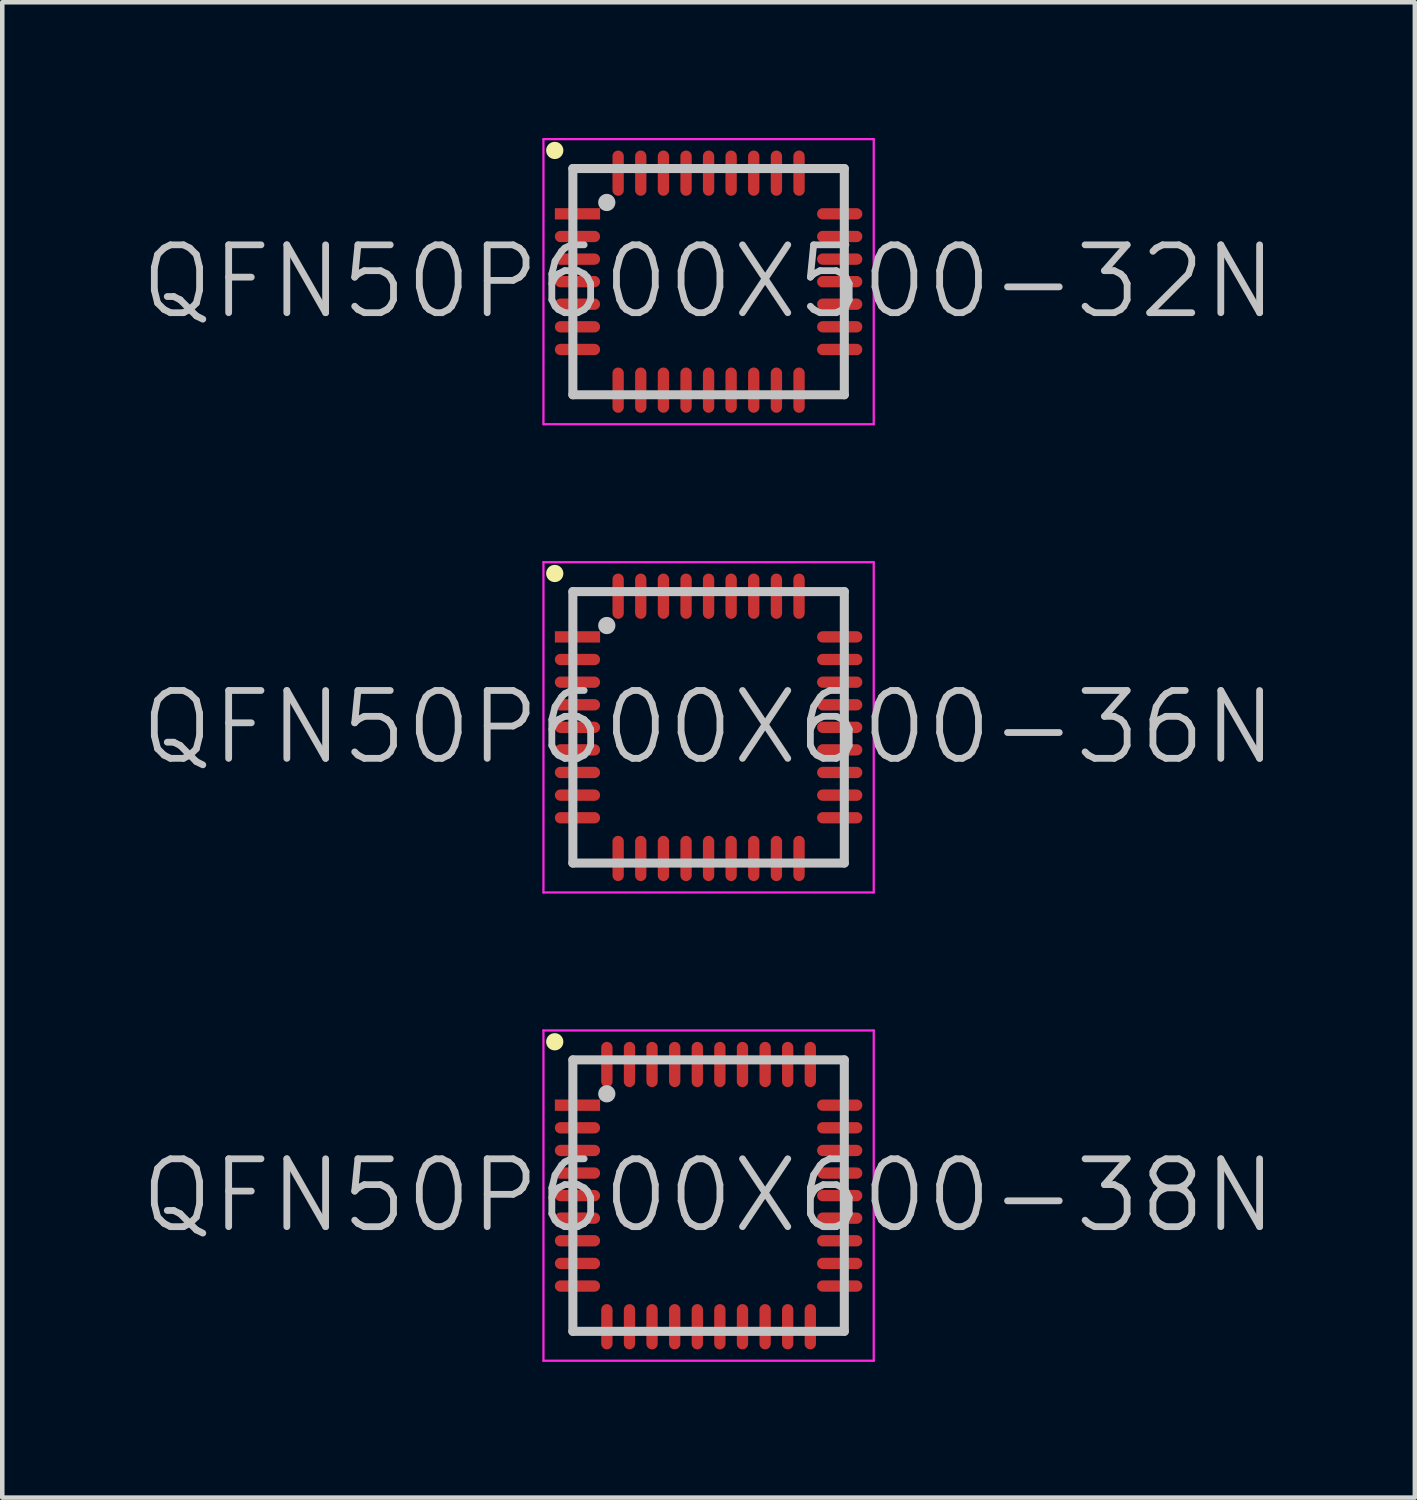
<source format=kicad_pcb>
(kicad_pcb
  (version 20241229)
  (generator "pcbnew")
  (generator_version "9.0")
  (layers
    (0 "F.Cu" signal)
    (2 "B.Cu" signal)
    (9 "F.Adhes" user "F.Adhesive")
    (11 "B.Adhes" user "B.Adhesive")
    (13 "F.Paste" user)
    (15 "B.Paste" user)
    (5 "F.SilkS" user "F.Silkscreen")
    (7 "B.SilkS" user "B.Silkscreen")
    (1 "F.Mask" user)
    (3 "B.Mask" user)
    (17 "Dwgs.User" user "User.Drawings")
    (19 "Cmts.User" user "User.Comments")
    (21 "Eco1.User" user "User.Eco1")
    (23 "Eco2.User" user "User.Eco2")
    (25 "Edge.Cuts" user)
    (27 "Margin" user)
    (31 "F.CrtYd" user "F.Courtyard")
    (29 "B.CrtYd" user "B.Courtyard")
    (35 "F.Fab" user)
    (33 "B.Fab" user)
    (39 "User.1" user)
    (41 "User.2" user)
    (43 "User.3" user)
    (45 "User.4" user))
  (footprint "QFN50P600X500-32N"
    (layer "F.Cu")
    (at 12.611 3.175)
    (property "Reference" "QFN50P600X500-32N" (at 0 0 0) (layer "Dwgs.User") (effects (font (size 1.5 1.5) (thickness 0.15))))
    (attr smd)
    (fp_line (start -3.4 -2.9) (end -3.4 -2.9) (stroke (width 0.381) (type solid)) (layer "F.SilkS"))
    (fp_line (start -3 -2.5) (end -3 2.5) (stroke (width 0.2) (type solid)) (layer "Dwgs.User"))
    (fp_line (start -3 -2.5) (end 3 -2.5) (stroke (width 0.2) (type solid)) (layer "Dwgs.User"))
    (fp_line (start -3 2.5) (end 3 2.5) (stroke (width 0.2) (type solid)) (layer "Dwgs.User"))
    (fp_line (start -2.25 -1.75) (end -2.25 -1.75) (stroke (width 0.381) (type solid)) (layer "Dwgs.User"))
    (fp_line (start 3 -2.5) (end 3 2.5) (stroke (width 0.2) (type solid)) (layer "Dwgs.User"))
    (fp_line (start -3.65 -3.15) (end -3.65 3.15) (stroke (width 0.05) (type solid)) (layer "F.CrtYd"))
    (fp_line (start -3.65 -3.15) (end 3.65 -3.15) (stroke (width 0.05) (type solid)) (layer "F.CrtYd"))
    (fp_line (start -3.65 3.15) (end 3.65 3.15) (stroke (width 0.05) (type solid)) (layer "F.CrtYd"))
    (fp_line (start 3.65 -3.15) (end 3.65 3.15) (stroke (width 0.05) (type solid)) (layer "F.CrtYd"))
    (pad "1" smd rect (at -2.898 -1.499 90) (size 0.25 1) (layers "F.Cu" "F.Mask" "F.Paste"))
    (pad "2" smd oval (at -2.898 -0.998 90) (size 0.25 1) (layers "F.Cu" "F.Mask" "F.Paste"))
    (pad "3" smd oval (at -2.898 -0.498 90) (size 0.25 1) (layers "F.Cu" "F.Mask" "F.Paste"))
    (pad "4" smd oval (at -2.898 0 90) (size 0.25 1) (layers "F.Cu" "F.Mask" "F.Paste"))
    (pad "5" smd oval (at -2.898 0.498 90) (size 0.25 1) (layers "F.Cu" "F.Mask" "F.Paste"))
    (pad "6" smd oval (at -2.898 0.998 90) (size 0.25 1) (layers "F.Cu" "F.Mask" "F.Paste"))
    (pad "7" smd oval (at -2.898 1.499 90) (size 0.25 1) (layers "F.Cu" "F.Mask" "F.Paste"))
    (pad "8" smd oval (at -1.999 2.398 180) (size 0.25 1) (layers "F.Cu" "F.Mask" "F.Paste"))
    (pad "9" smd oval (at -1.499 2.398 180) (size 0.25 1) (layers "F.Cu" "F.Mask" "F.Paste"))
    (pad "10" smd oval (at -0.998 2.398 180) (size 0.25 1) (layers "F.Cu" "F.Mask" "F.Paste"))
    (pad "11" smd oval (at -0.498 2.398 180) (size 0.25 1) (layers "F.Cu" "F.Mask" "F.Paste"))
    (pad "12" smd oval (at 0 2.398 180) (size 0.25 1) (layers "F.Cu" "F.Mask" "F.Paste"))
    (pad "13" smd oval (at 0.498 2.398 180) (size 0.25 1) (layers "F.Cu" "F.Mask" "F.Paste"))
    (pad "14" smd oval (at 0.998 2.398 180) (size 0.25 1) (layers "F.Cu" "F.Mask" "F.Paste"))
    (pad "15" smd oval (at 1.499 2.398 180) (size 0.25 1) (layers "F.Cu" "F.Mask" "F.Paste"))
    (pad "16" smd oval (at 1.999 2.398 180) (size 0.25 1) (layers "F.Cu" "F.Mask" "F.Paste"))
    (pad "17" smd oval (at 2.898 1.499 270) (size 0.25 1) (layers "F.Cu" "F.Mask" "F.Paste"))
    (pad "18" smd oval (at 2.898 0.998 270) (size 0.25 1) (layers "F.Cu" "F.Mask" "F.Paste"))
    (pad "19" smd oval (at 2.898 0.498 270) (size 0.25 1) (layers "F.Cu" "F.Mask" "F.Paste"))
    (pad "20" smd oval (at 2.898 0 270) (size 0.25 1) (layers "F.Cu" "F.Mask" "F.Paste"))
    (pad "21" smd oval (at 2.898 -0.498 270) (size 0.25 1) (layers "F.Cu" "F.Mask" "F.Paste"))
    (pad "22" smd oval (at 2.898 -0.998 270) (size 0.25 1) (layers "F.Cu" "F.Mask" "F.Paste"))
    (pad "23" smd oval (at 2.898 -1.499 270) (size 0.25 1) (layers "F.Cu" "F.Mask" "F.Paste"))
    (pad "24" smd oval (at 1.999 -2.398) (size 0.25 1) (layers "F.Cu" "F.Mask" "F.Paste"))
    (pad "25" smd oval (at 1.499 -2.398) (size 0.25 1) (layers "F.Cu" "F.Mask" "F.Paste"))
    (pad "26" smd oval (at 0.998 -2.398) (size 0.25 1) (layers "F.Cu" "F.Mask" "F.Paste"))
    (pad "27" smd oval (at 0.498 -2.398) (size 0.25 1) (layers "F.Cu" "F.Mask" "F.Paste"))
    (pad "28" smd oval (at 0 -2.398) (size 0.25 1) (layers "F.Cu" "F.Mask" "F.Paste"))
    (pad "29" smd oval (at -0.498 -2.398) (size 0.25 1) (layers "F.Cu" "F.Mask" "F.Paste"))
    (pad "30" smd oval (at -0.998 -2.398) (size 0.25 1) (layers "F.Cu" "F.Mask" "F.Paste"))
    (pad "31" smd oval (at -1.499 -2.398) (size 0.25 1) (layers "F.Cu" "F.Mask" "F.Paste"))
    (pad "32" smd oval (at -1.999 -2.398) (size 0.25 1) (layers "F.Cu" "F.Mask" "F.Paste")))
  (footprint "QFN50P600X600-38N"
    (layer "F.Cu")
    (at 12.611 23.375)
    (property "Reference" "QFN50P600X600-38N" (at 0 0 0) (layer "Dwgs.User") (effects (font (size 1.5 1.5) (thickness 0.15))))
    (attr smd)
    (fp_line (start -3.4 -3.4) (end -3.4 -3.4) (stroke (width 0.381) (type solid)) (layer "F.SilkS"))
    (fp_line (start -3 -3) (end -3 3) (stroke (width 0.2) (type solid)) (layer "Dwgs.User"))
    (fp_line (start -3 -3) (end 3 -3) (stroke (width 0.2) (type solid)) (layer "Dwgs.User"))
    (fp_line (start -3 3) (end 3 3) (stroke (width 0.2) (type solid)) (layer "Dwgs.User"))
    (fp_line (start -2.25 -2.25) (end -2.25 -2.25) (stroke (width 0.381) (type solid)) (layer "Dwgs.User"))
    (fp_line (start 3 -3) (end 3 3) (stroke (width 0.2) (type solid)) (layer "Dwgs.User"))
    (fp_line (start -3.65 -3.65) (end -3.65 3.65) (stroke (width 0.05) (type solid)) (layer "F.CrtYd"))
    (fp_line (start -3.65 -3.65) (end 3.65 -3.65) (stroke (width 0.05) (type solid)) (layer "F.CrtYd"))
    (fp_line (start -3.65 3.65) (end 3.65 3.65) (stroke (width 0.05) (type solid)) (layer "F.CrtYd"))
    (fp_line (start 3.65 -3.65) (end 3.65 3.65) (stroke (width 0.05) (type solid)) (layer "F.CrtYd"))
    (pad "1" smd rect (at -2.898 -1.999 90) (size 0.25 1) (layers "F.Cu" "F.Mask" "F.Paste"))
    (pad "2" smd oval (at -2.898 -1.499 90) (size 0.25 1) (layers "F.Cu" "F.Mask" "F.Paste"))
    (pad "3" smd oval (at -2.898 -0.998 90) (size 0.25 1) (layers "F.Cu" "F.Mask" "F.Paste"))
    (pad "4" smd oval (at -2.898 -0.498 90) (size 0.25 1) (layers "F.Cu" "F.Mask" "F.Paste"))
    (pad "5" smd oval (at -2.898 0 90) (size 0.25 1) (layers "F.Cu" "F.Mask" "F.Paste"))
    (pad "6" smd oval (at -2.898 0.498 90) (size 0.25 1) (layers "F.Cu" "F.Mask" "F.Paste"))
    (pad "7" smd oval (at -2.898 0.998 90) (size 0.25 1) (layers "F.Cu" "F.Mask" "F.Paste"))
    (pad "8" smd oval (at -2.898 1.499 90) (size 0.25 1) (layers "F.Cu" "F.Mask" "F.Paste"))
    (pad "9" smd oval (at -2.898 1.999 90) (size 0.25 1) (layers "F.Cu" "F.Mask" "F.Paste"))
    (pad "10" smd oval (at -2.248 2.898 180) (size 0.25 1) (layers "F.Cu" "F.Mask" "F.Paste"))
    (pad "11" smd oval (at -1.748 2.898 180) (size 0.25 1) (layers "F.Cu" "F.Mask" "F.Paste"))
    (pad "12" smd oval (at -1.25 2.898 180) (size 0.25 1) (layers "F.Cu" "F.Mask" "F.Paste"))
    (pad "13" smd oval (at -0.749 2.898 180) (size 0.25 1) (layers "F.Cu" "F.Mask" "F.Paste"))
    (pad "14" smd oval (at -0.249 2.898 180) (size 0.25 1) (layers "F.Cu" "F.Mask" "F.Paste"))
    (pad "15" smd oval (at 0.249 2.898 180) (size 0.25 1) (layers "F.Cu" "F.Mask" "F.Paste"))
    (pad "16" smd oval (at 0.749 2.898 180) (size 0.25 1) (layers "F.Cu" "F.Mask" "F.Paste"))
    (pad "17" smd oval (at 1.25 2.898 180) (size 0.25 1) (layers "F.Cu" "F.Mask" "F.Paste"))
    (pad "18" smd oval (at 1.748 2.898 180) (size 0.25 1) (layers "F.Cu" "F.Mask" "F.Paste"))
    (pad "19" smd oval (at 2.248 2.898 180) (size 0.25 1) (layers "F.Cu" "F.Mask" "F.Paste"))
    (pad "20" smd oval (at 2.898 1.999 270) (size 0.25 1) (layers "F.Cu" "F.Mask" "F.Paste"))
    (pad "21" smd oval (at 2.898 1.499 270) (size 0.25 1) (layers "F.Cu" "F.Mask" "F.Paste"))
    (pad "22" smd oval (at 2.898 0.998 270) (size 0.25 1) (layers "F.Cu" "F.Mask" "F.Paste"))
    (pad "23" smd oval (at 2.898 0.498 270) (size 0.25 1) (layers "F.Cu" "F.Mask" "F.Paste"))
    (pad "24" smd oval (at 2.898 0 270) (size 0.25 1) (layers "F.Cu" "F.Mask" "F.Paste"))
    (pad "25" smd oval (at 2.898 -0.498 270) (size 0.25 1) (layers "F.Cu" "F.Mask" "F.Paste"))
    (pad "26" smd oval (at 2.898 -0.998 270) (size 0.25 1) (layers "F.Cu" "F.Mask" "F.Paste"))
    (pad "27" smd oval (at 2.898 -1.499 270) (size 0.25 1) (layers "F.Cu" "F.Mask" "F.Paste"))
    (pad "28" smd oval (at 2.898 -1.999 270) (size 0.25 1) (layers "F.Cu" "F.Mask" "F.Paste"))
    (pad "29" smd oval (at 2.248 -2.898) (size 0.25 1) (layers "F.Cu" "F.Mask" "F.Paste"))
    (pad "30" smd oval (at 1.748 -2.898) (size 0.25 1) (layers "F.Cu" "F.Mask" "F.Paste"))
    (pad "31" smd oval (at 1.25 -2.898) (size 0.25 1) (layers "F.Cu" "F.Mask" "F.Paste"))
    (pad "32" smd oval (at 0.749 -2.898) (size 0.25 1) (layers "F.Cu" "F.Mask" "F.Paste"))
    (pad "33" smd oval (at 0.249 -2.898) (size 0.25 1) (layers "F.Cu" "F.Mask" "F.Paste"))
    (pad "34" smd oval (at -0.249 -2.898) (size 0.25 1) (layers "F.Cu" "F.Mask" "F.Paste"))
    (pad "35" smd oval (at -0.749 -2.898) (size 0.25 1) (layers "F.Cu" "F.Mask" "F.Paste"))
    (pad "36" smd oval (at -1.25 -2.898) (size 0.25 1) (layers "F.Cu" "F.Mask" "F.Paste"))
    (pad "37" smd oval (at -1.748 -2.898) (size 0.25 1) (layers "F.Cu" "F.Mask" "F.Paste"))
    (pad "38" smd oval (at -2.248 -2.898) (size 0.25 1) (layers "F.Cu" "F.Mask" "F.Paste")))
  (footprint "QFN50P600X600-36N"
    (layer "F.Cu")
    (at 12.611 13.025)
    (property "Reference" "QFN50P600X600-36N" (at 0 0 0) (layer "Dwgs.User") (effects (font (size 1.5 1.5) (thickness 0.15))))
    (attr smd)
    (fp_line (start -3.4 -3.4) (end -3.4 -3.4) (stroke (width 0.381) (type solid)) (layer "F.SilkS"))
    (fp_line (start -3 -3) (end -3 3) (stroke (width 0.2) (type solid)) (layer "Dwgs.User"))
    (fp_line (start -3 -3) (end 3 -3) (stroke (width 0.2) (type solid)) (layer "Dwgs.User"))
    (fp_line (start -3 3) (end 3 3) (stroke (width 0.2) (type solid)) (layer "Dwgs.User"))
    (fp_line (start -2.25 -2.25) (end -2.25 -2.25) (stroke (width 0.381) (type solid)) (layer "Dwgs.User"))
    (fp_line (start 3 -3) (end 3 3) (stroke (width 0.2) (type solid)) (layer "Dwgs.User"))
    (fp_line (start -3.65 -3.65) (end -3.65 3.65) (stroke (width 0.05) (type solid)) (layer "F.CrtYd"))
    (fp_line (start -3.65 -3.65) (end 3.65 -3.65) (stroke (width 0.05) (type solid)) (layer "F.CrtYd"))
    (fp_line (start -3.65 3.65) (end 3.65 3.65) (stroke (width 0.05) (type solid)) (layer "F.CrtYd"))
    (fp_line (start 3.65 -3.65) (end 3.65 3.65) (stroke (width 0.05) (type solid)) (layer "F.CrtYd"))
    (pad "1" smd rect (at -2.898 -1.999 90) (size 0.25 1) (layers "F.Cu" "F.Mask" "F.Paste"))
    (pad "2" smd oval (at -2.898 -1.499 90) (size 0.25 1) (layers "F.Cu" "F.Mask" "F.Paste"))
    (pad "3" smd oval (at -2.898 -0.998 90) (size 0.25 1) (layers "F.Cu" "F.Mask" "F.Paste"))
    (pad "4" smd oval (at -2.898 -0.498 90) (size 0.25 1) (layers "F.Cu" "F.Mask" "F.Paste"))
    (pad "5" smd oval (at -2.898 0 90) (size 0.25 1) (layers "F.Cu" "F.Mask" "F.Paste"))
    (pad "6" smd oval (at -2.898 0.498 90) (size 0.25 1) (layers "F.Cu" "F.Mask" "F.Paste"))
    (pad "7" smd oval (at -2.898 0.998 90) (size 0.25 1) (layers "F.Cu" "F.Mask" "F.Paste"))
    (pad "8" smd oval (at -2.898 1.499 90) (size 0.25 1) (layers "F.Cu" "F.Mask" "F.Paste"))
    (pad "9" smd oval (at -2.898 1.999 90) (size 0.25 1) (layers "F.Cu" "F.Mask" "F.Paste"))
    (pad "10" smd oval (at -1.999 2.898 180) (size 0.25 1) (layers "F.Cu" "F.Mask" "F.Paste"))
    (pad "11" smd oval (at -1.499 2.898 180) (size 0.25 1) (layers "F.Cu" "F.Mask" "F.Paste"))
    (pad "12" smd oval (at -0.998 2.898 180) (size 0.25 1) (layers "F.Cu" "F.Mask" "F.Paste"))
    (pad "13" smd oval (at -0.498 2.898 180) (size 0.25 1) (layers "F.Cu" "F.Mask" "F.Paste"))
    (pad "14" smd oval (at 0 2.898 180) (size 0.25 1) (layers "F.Cu" "F.Mask" "F.Paste"))
    (pad "15" smd oval (at 0.498 2.898 180) (size 0.25 1) (layers "F.Cu" "F.Mask" "F.Paste"))
    (pad "16" smd oval (at 0.998 2.898 180) (size 0.25 1) (layers "F.Cu" "F.Mask" "F.Paste"))
    (pad "17" smd oval (at 1.499 2.898 180) (size 0.25 1) (layers "F.Cu" "F.Mask" "F.Paste"))
    (pad "18" smd oval (at 1.999 2.898 180) (size 0.25 1) (layers "F.Cu" "F.Mask" "F.Paste"))
    (pad "19" smd oval (at 2.898 1.999 270) (size 0.25 1) (layers "F.Cu" "F.Mask" "F.Paste"))
    (pad "20" smd oval (at 2.898 1.499 270) (size 0.25 1) (layers "F.Cu" "F.Mask" "F.Paste"))
    (pad "21" smd oval (at 2.898 0.998 270) (size 0.25 1) (layers "F.Cu" "F.Mask" "F.Paste"))
    (pad "22" smd oval (at 2.898 0.498 270) (size 0.25 1) (layers "F.Cu" "F.Mask" "F.Paste"))
    (pad "23" smd oval (at 2.898 0 270) (size 0.25 1) (layers "F.Cu" "F.Mask" "F.Paste"))
    (pad "24" smd oval (at 2.898 -0.498 270) (size 0.25 1) (layers "F.Cu" "F.Mask" "F.Paste"))
    (pad "25" smd oval (at 2.898 -0.998 270) (size 0.25 1) (layers "F.Cu" "F.Mask" "F.Paste"))
    (pad "26" smd oval (at 2.898 -1.499 270) (size 0.25 1) (layers "F.Cu" "F.Mask" "F.Paste"))
    (pad "27" smd oval (at 2.898 -1.999 270) (size 0.25 1) (layers "F.Cu" "F.Mask" "F.Paste"))
    (pad "28" smd oval (at 1.999 -2.898) (size 0.25 1) (layers "F.Cu" "F.Mask" "F.Paste"))
    (pad "29" smd oval (at 1.499 -2.898) (size 0.25 1) (layers "F.Cu" "F.Mask" "F.Paste"))
    (pad "30" smd oval (at 0.998 -2.898) (size 0.25 1) (layers "F.Cu" "F.Mask" "F.Paste"))
    (pad "31" smd oval (at 0.498 -2.898) (size 0.25 1) (layers "F.Cu" "F.Mask" "F.Paste"))
    (pad "32" smd oval (at 0 -2.898) (size 0.25 1) (layers "F.Cu" "F.Mask" "F.Paste"))
    (pad "33" smd oval (at -0.498 -2.898) (size 0.25 1) (layers "F.Cu" "F.Mask" "F.Paste"))
    (pad "34" smd oval (at -0.998 -2.898) (size 0.25 1) (layers "F.Cu" "F.Mask" "F.Paste"))
    (pad "35" smd oval (at -1.499 -2.898) (size 0.25 1) (layers "F.Cu" "F.Mask" "F.Paste"))
    (pad "36" smd oval (at -1.999 -2.898) (size 0.25 1) (layers "F.Cu" "F.Mask" "F.Paste")))
  (gr_rect
    (start -3 -3)
    (end 28.221 30.05)
    (stroke (width 0.1) (type default))
    (fill no)
    (layer "Edge.Cuts")))
</source>
